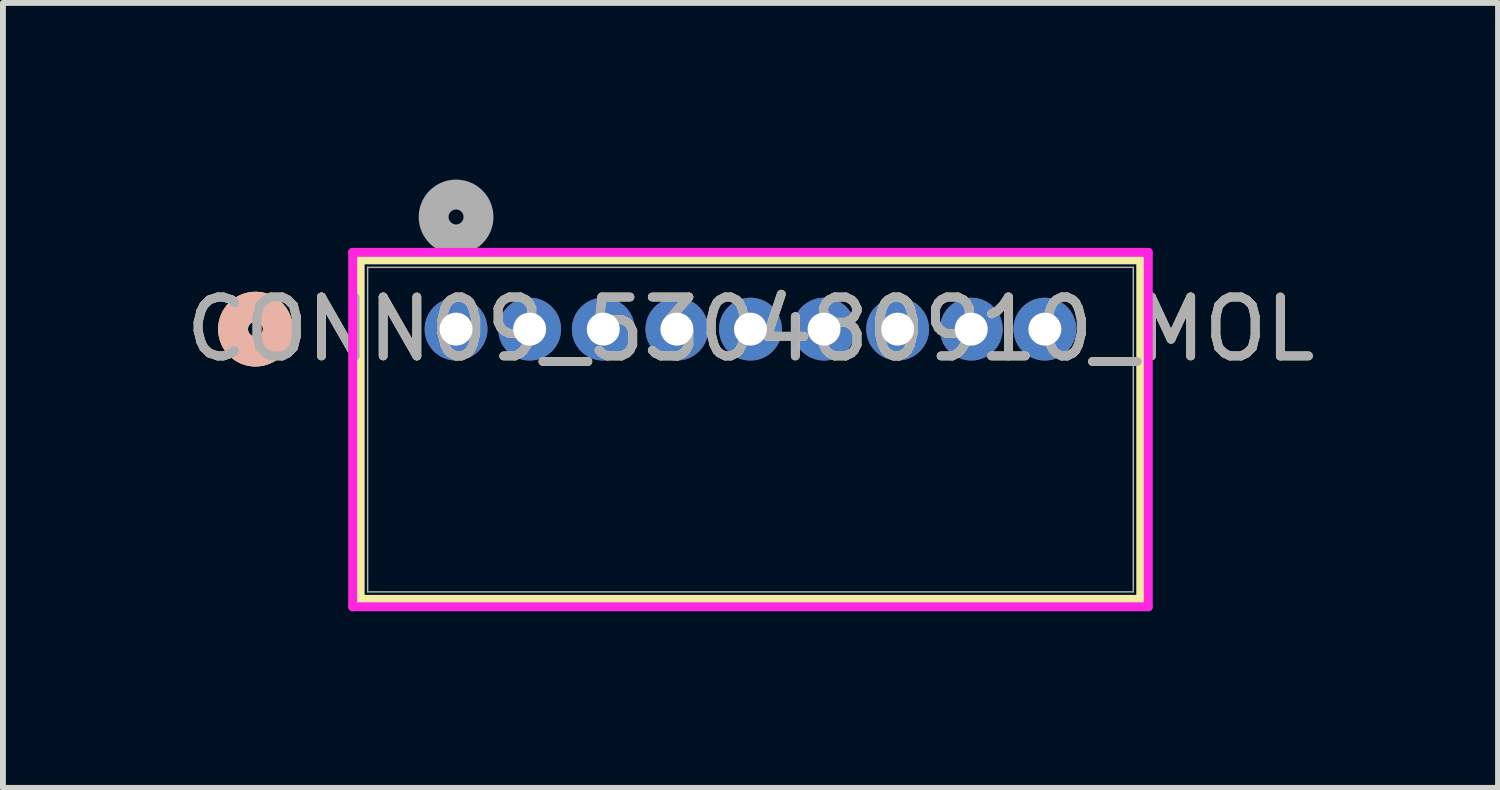
<source format=kicad_pcb>
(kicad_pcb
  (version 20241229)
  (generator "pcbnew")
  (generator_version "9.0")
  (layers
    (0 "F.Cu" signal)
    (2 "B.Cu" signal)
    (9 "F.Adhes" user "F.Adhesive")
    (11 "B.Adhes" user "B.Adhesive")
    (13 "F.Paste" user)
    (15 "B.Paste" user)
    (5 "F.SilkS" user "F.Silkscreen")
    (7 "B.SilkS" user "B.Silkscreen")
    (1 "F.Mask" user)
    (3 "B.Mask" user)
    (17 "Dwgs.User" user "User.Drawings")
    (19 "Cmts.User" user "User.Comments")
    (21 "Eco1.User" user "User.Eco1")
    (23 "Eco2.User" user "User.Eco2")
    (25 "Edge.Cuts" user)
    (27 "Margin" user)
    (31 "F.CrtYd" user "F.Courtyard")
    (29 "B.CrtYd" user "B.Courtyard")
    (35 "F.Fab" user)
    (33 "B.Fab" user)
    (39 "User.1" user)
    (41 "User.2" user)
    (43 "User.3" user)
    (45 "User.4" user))
  (footprint "CONN09_530480910_MOL"
    (layer "F.Cu")
    (at 4.696 2.54)
    (property "Reference" "CONN09_530480910_MOL" (at 5 0 0) (unlocked yes) (layer "F.SilkS") (effects (font (size 1 1) (thickness 0.15))))
    (attr through_hole)
    (fp_line (start -1.629 -1.177) (end -1.629 4.589) (stroke (width 0.152) (type solid)) (layer "F.SilkS"))
    (fp_line (start -1.629 4.589) (end 11.629 4.589) (stroke (width 0.152) (type solid)) (layer "F.SilkS"))
    (fp_line (start 11.629 -1.177) (end -1.629 -1.177) (stroke (width 0.152) (type solid)) (layer "F.SilkS"))
    (fp_line (start 11.629 4.589) (end 11.629 -1.177) (stroke (width 0.152) (type solid)) (layer "F.SilkS"))
    (fp_circle (center -3.407 0) (end -3.026 0) (stroke (width 0.508) (type solid)) (fill no) (layer "F.SilkS"))
    (fp_circle (center -3.407 0) (end -3.026 0) (stroke (width 0.508) (type solid)) (fill no) (layer "B.SilkS"))
    (fp_line (start -1.756 -1.304) (end -1.756 4.716) (stroke (width 0.152) (type solid)) (layer "F.CrtYd"))
    (fp_line (start -1.756 4.716) (end 11.756 4.716) (stroke (width 0.152) (type solid)) (layer "F.CrtYd"))
    (fp_line (start 11.756 -1.304) (end -1.756 -1.304) (stroke (width 0.152) (type solid)) (layer "F.CrtYd"))
    (fp_line (start 11.756 4.716) (end 11.756 -1.304) (stroke (width 0.152) (type solid)) (layer "F.CrtYd"))
    (fp_line (start -1.502 -1.05) (end -1.502 4.462) (stroke (width 0.025) (type solid)) (layer "F.Fab"))
    (fp_line (start -1.502 4.462) (end 11.502 4.462) (stroke (width 0.025) (type solid)) (layer "F.Fab"))
    (fp_line (start 11.502 -1.05) (end -1.502 -1.05) (stroke (width 0.025) (type solid)) (layer "F.Fab"))
    (fp_line (start 11.502 4.462) (end 11.502 -1.05) (stroke (width 0.025) (type solid)) (layer "F.Fab"))
    (fp_circle (center 0 -1.905) (end 0.381 -1.905) (stroke (width 0.508) (type solid)) (fill no) (layer "F.Fab"))
    (fp_text user "${REFERENCE}" (at 5 0 0) (unlocked yes) (layer "F.Fab") (effects (font (size 1 1) (thickness 0.15))))
    (pad "1" thru_hole circle (at 0 0) (size 1.067 1.067) (drill 0.559) (layers "*.Cu" "*.Mask"))
    (pad "2" thru_hole circle (at 1.25 0) (size 1.067 1.067) (drill 0.559) (layers "*.Cu" "*.Mask"))
    (pad "3" thru_hole circle (at 2.5 0) (size 1.067 1.067) (drill 0.559) (layers "*.Cu" "*.Mask"))
    (pad "4" thru_hole circle (at 3.75 0) (size 1.067 1.067) (drill 0.559) (layers "*.Cu" "*.Mask"))
    (pad "5" thru_hole circle (at 5 0) (size 1.067 1.067) (drill 0.559) (layers "*.Cu" "*.Mask"))
    (pad "6" thru_hole circle (at 6.25 0) (size 1.067 1.067) (drill 0.559) (layers "*.Cu" "*.Mask"))
    (pad "7" thru_hole circle (at 7.5 0) (size 1.067 1.067) (drill 0.559) (layers "*.Cu" "*.Mask"))
    (pad "8" thru_hole circle (at 8.75 0) (size 1.067 1.067) (drill 0.559) (layers "*.Cu" "*.Mask"))
    (pad "9" thru_hole circle (at 10 0) (size 1.067 1.067) (drill 0.559) (layers "*.Cu" "*.Mask")))
  (gr_rect
    (start -3 -3)
    (end 22.393 10.332)
    (stroke (width 0.1) (type default))
    (fill no)
    (layer "Edge.Cuts")))
</source>
